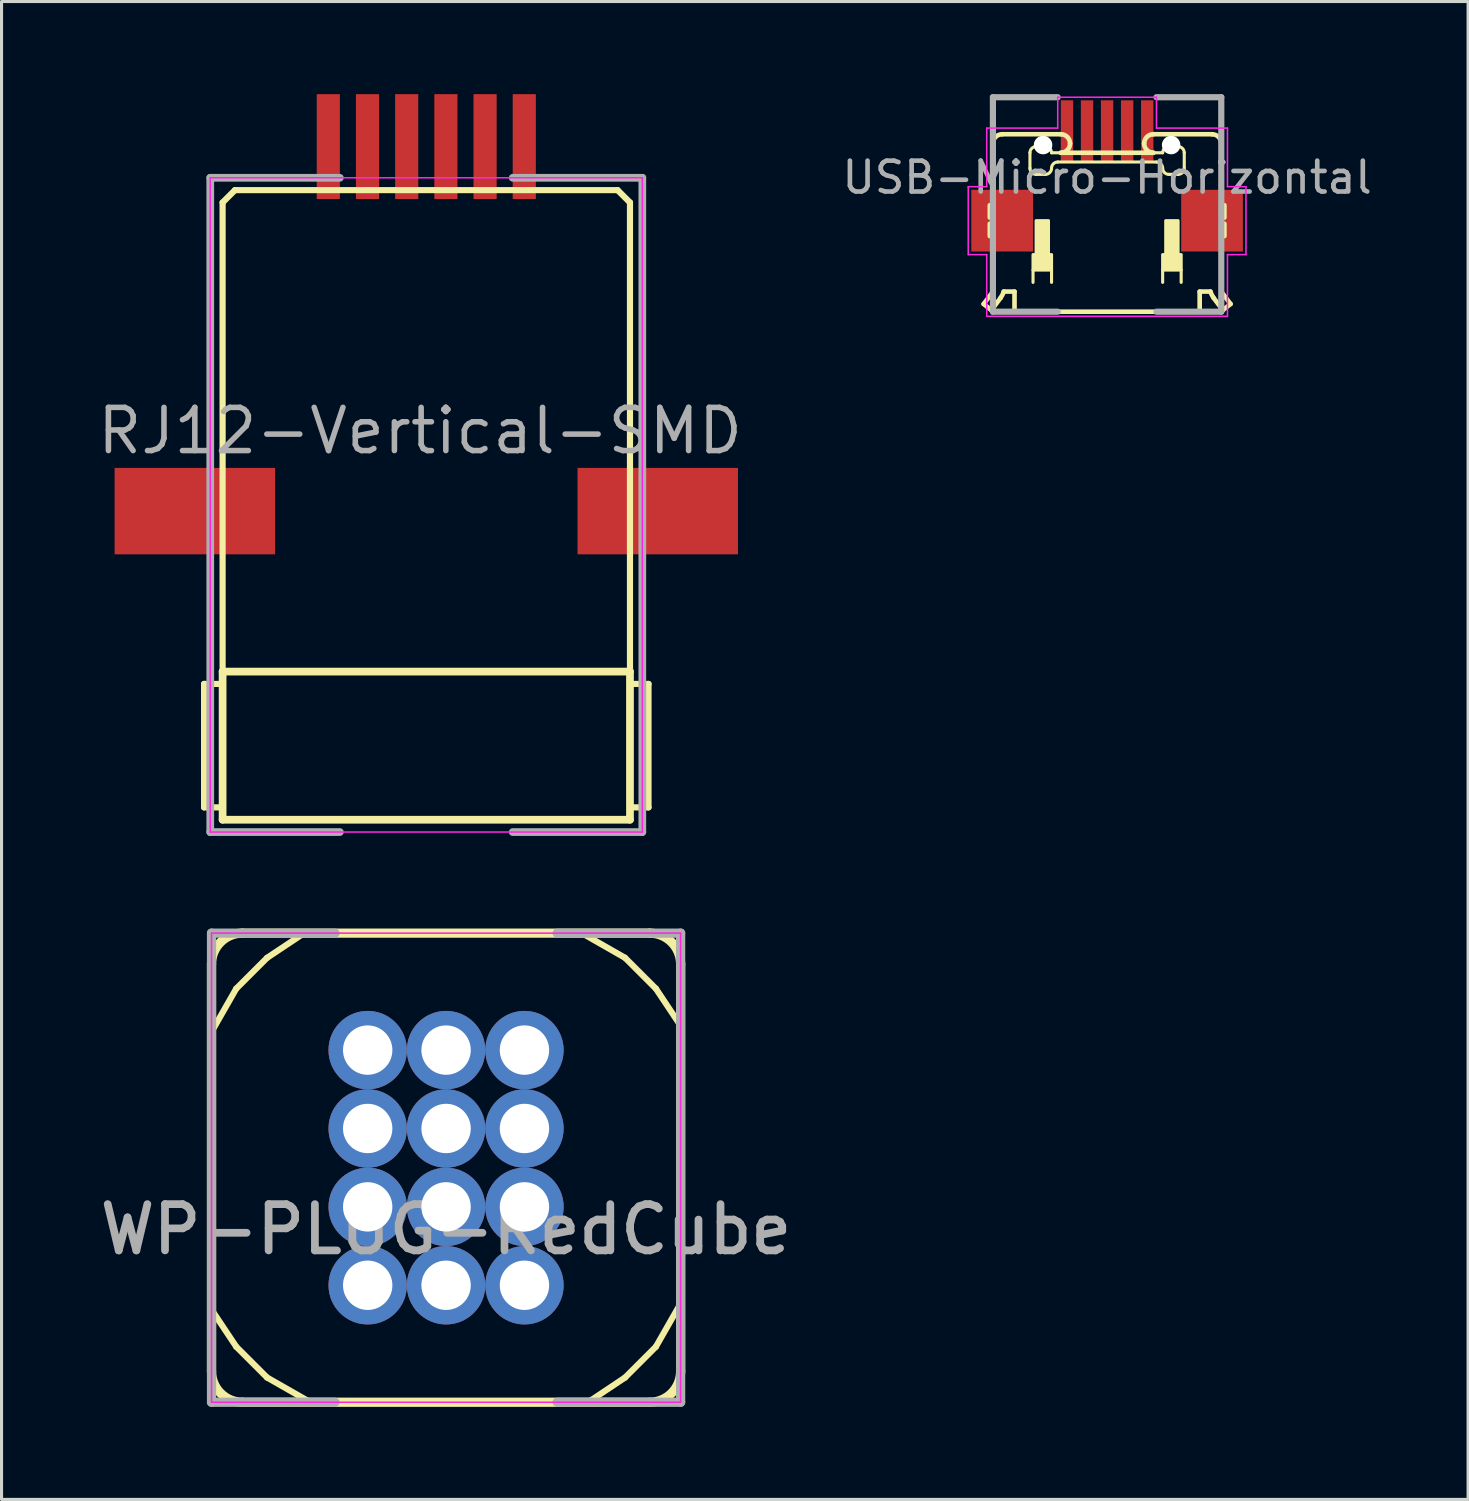
<source format=kicad_pcb>
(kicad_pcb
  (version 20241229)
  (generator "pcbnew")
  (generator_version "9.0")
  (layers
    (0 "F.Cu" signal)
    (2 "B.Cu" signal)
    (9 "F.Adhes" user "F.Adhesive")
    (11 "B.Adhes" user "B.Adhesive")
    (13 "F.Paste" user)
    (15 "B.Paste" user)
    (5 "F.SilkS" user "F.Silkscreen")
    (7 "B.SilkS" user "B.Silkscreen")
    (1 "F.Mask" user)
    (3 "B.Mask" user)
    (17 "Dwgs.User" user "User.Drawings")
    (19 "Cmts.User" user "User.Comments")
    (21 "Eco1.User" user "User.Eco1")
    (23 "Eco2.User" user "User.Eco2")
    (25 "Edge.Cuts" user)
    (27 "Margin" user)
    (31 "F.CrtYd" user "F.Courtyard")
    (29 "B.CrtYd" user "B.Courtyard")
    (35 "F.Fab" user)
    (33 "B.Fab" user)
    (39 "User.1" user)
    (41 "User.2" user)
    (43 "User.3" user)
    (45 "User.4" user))
  (footprint "RJ12-Vertical-SMD"
    (layer "F.Cu")
    (at 10.763 13.511)
    (property "Reference" "RJ12-Vertical-SMD" (at -0.2 -2.6 0) (layer "F.Fab") (effects (font (size 1.4 1.4) (thickness 0.18))))
    (attr exclude_from_pos_files exclude_from_bom)
    (fp_line (start -7.2 5.6) (end -7.2 9.6) (stroke (width 0.2) (type solid)) (layer "F.SilkS"))
    (fp_line (start -7.2 9.6) (end -6.6 9.6) (stroke (width 0.2) (type solid)) (layer "F.SilkS"))
    (fp_line (start -6.6 -10) (end -6.2 -10.4) (stroke (width 0.2) (type solid)) (layer "F.SilkS"))
    (fp_line (start -6.6 5.2) (end -6.6 -10) (stroke (width 0.2) (type solid)) (layer "F.SilkS"))
    (fp_line (start -6.6 5.2) (end -6.6 10) (stroke (width 0.25) (type solid)) (layer "F.SilkS"))
    (fp_line (start -6.6 5.2) (end 6.6 5.2) (stroke (width 0.25) (type solid)) (layer "F.SilkS"))
    (fp_line (start -6.6 5.6) (end -7.2 5.6) (stroke (width 0.2) (type solid)) (layer "F.SilkS"))
    (fp_line (start -6.6 10) (end 6.6 10) (stroke (width 0.25) (type solid)) (layer "F.SilkS"))
    (fp_line (start -6.2 -10.4) (end 6.2 -10.4) (stroke (width 0.2) (type solid)) (layer "F.SilkS"))
    (fp_line (start 6.6 -10) (end 6.2 -10.4) (stroke (width 0.2) (type solid)) (layer "F.SilkS"))
    (fp_line (start 6.6 -10) (end 6.6 5.2) (stroke (width 0.2) (type solid)) (layer "F.SilkS"))
    (fp_line (start 6.6 5.2) (end 6.6 10) (stroke (width 0.25) (type solid)) (layer "F.SilkS"))
    (fp_line (start 6.6 5.6) (end 7.2 5.6) (stroke (width 0.2) (type solid)) (layer "F.SilkS"))
    (fp_line (start 7.2 5.6) (end 7.2 9.6) (stroke (width 0.2) (type solid)) (layer "F.SilkS"))
    (fp_line (start 7.2 9.6) (end 6.6 9.6) (stroke (width 0.2) (type solid)) (layer "F.SilkS"))
    (fp_line (start -7 -10.8) (end 7 -10.8) (stroke (width 0.05) (type solid)) (layer "F.CrtYd"))
    (fp_line (start -7 10.4) (end -7 -10.8) (stroke (width 0.05) (type solid)) (layer "F.CrtYd"))
    (fp_line (start 7 -10.8) (end 7 10.4) (stroke (width 0.05) (type solid)) (layer "F.CrtYd"))
    (fp_line (start 7 10.4) (end -7 10.4) (stroke (width 0.05) (type solid)) (layer "F.CrtYd"))
    (fp_line (start -7 -10.8) (end -7 10.4) (stroke (width 0.25) (type solid)) (layer "F.Fab"))
    (fp_line (start -2.8 -10.8) (end -7 -10.8) (stroke (width 0.25) (type solid)) (layer "F.Fab"))
    (fp_line (start -2.8 10.4) (end -7 10.4) (stroke (width 0.25) (type solid)) (layer "F.Fab"))
    (fp_line (start 7 -10.8) (end 2.8 -10.8) (stroke (width 0.25) (type solid)) (layer "F.Fab"))
    (fp_line (start 7 -10.8) (end 7 10.4) (stroke (width 0.25) (type solid)) (layer "F.Fab"))
    (fp_line (start 7 10.4) (end 2.8 10.4) (stroke (width 0.25) (type solid)) (layer "F.Fab"))
    (pad "1" smd rect (at -3.175 -11.811) (size 0.75 3.4) (layers "F.Cu" "F.Mask" "F.Paste"))
    (pad "2" smd rect (at -1.905 -11.811) (size 0.75 3.4) (layers "F.Cu" "F.Mask" "F.Paste"))
    (pad "3" smd rect (at -0.635 -11.811) (size 0.75 3.4) (layers "F.Cu" "F.Mask" "F.Paste"))
    (pad "4" smd rect (at 0.635 -11.811) (size 0.75 3.4) (layers "F.Cu" "F.Mask" "F.Paste"))
    (pad "5" smd rect (at 1.905 -11.811) (size 0.75 3.4) (layers "F.Cu" "F.Mask" "F.Paste"))
    (pad "6" smd rect (at 3.175 -11.811) (size 0.75 3.4) (layers "F.Cu" "F.Mask" "F.Paste"))
    (pad "7" smd rect (at -7.5 0) (size 5.2 2.8) (layers "F.Cu" "F.Mask" "F.Paste"))
    (pad "7" smd rect (at 7.5 0) (size 5.2 2.8) (layers "F.Cu" "F.Mask" "F.Paste")))
  (footprint "USB-Micro-Horizontal"
    (layer "F.Cu")
    (at 32.823 1.2)
    (property "Reference" "USB-Micro-Horizontal" (at 0 1.5 180) (layer "F.Fab") (effects (font (size 1 1) (thickness 0.15))))
    (attr smd)
    (fp_line (start -4 5.6) (end -3.75 5.8) (stroke (width 0.15) (type solid)) (layer "F.SilkS"))
    (fp_line (start -3.7 0.4) (end -3.7 5.2) (stroke (width 0.15) (type solid)) (layer "F.SilkS"))
    (fp_line (start -3.7 5.2) (end -4 5.6) (stroke (width 0.15) (type solid)) (layer "F.SilkS"))
    (fp_line (start -3.45 5.4) (end -3.75 5.8) (stroke (width 0.15) (type solid)) (layer "F.SilkS"))
    (fp_line (start -3.4 0.1) (end -1.5 0.1) (stroke (width 0.15) (type solid)) (layer "F.SilkS"))
    (fp_line (start -3 5.198) (end -3.349 5.198) (stroke (width 0.15) (type solid)) (layer "F.SilkS"))
    (fp_line (start -3 5.85) (end -3 5.2) (stroke (width 0.15) (type solid)) (layer "F.SilkS"))
    (fp_line (start -2.5 1.2) (end -2.5 0.7) (stroke (width 0.1) (type solid)) (layer "F.SilkS"))
    (fp_line (start -2.4 4.5) (end -2.4 4.9) (stroke (width 0.1) (type solid)) (layer "F.SilkS"))
    (fp_line (start -2 0.5) (end -2.3 0.5) (stroke (width 0.1) (type solid)) (layer "F.SilkS"))
    (fp_line (start -2 1.4) (end -2.3 1.4) (stroke (width 0.1) (type solid)) (layer "F.SilkS"))
    (fp_line (start -1.8 0.7) (end -1.5 0.7) (stroke (width 0.1) (type solid)) (layer "F.SilkS"))
    (fp_line (start -1.8 4.5) (end -1.8 4.9) (stroke (width 0.1) (type solid)) (layer "F.SilkS"))
    (fp_line (start -1.6 1) (end 1.6 1) (stroke (width 0.1) (type solid)) (layer "F.SilkS"))
    (fp_line (start -1.5 0.7) (end 1.5 0.7) (stroke (width 0.15) (type solid)) (layer "F.SilkS"))
    (fp_line (start 1.5 0.1) (end 3.4 0.1) (stroke (width 0.15) (type solid)) (layer "F.SilkS"))
    (fp_line (start 1.5 0.7) (end 1.8 0.7) (stroke (width 0.1) (type solid)) (layer "F.SilkS"))
    (fp_line (start 1.8 4.5) (end 1.8 4.9) (stroke (width 0.1) (type solid)) (layer "F.SilkS"))
    (fp_line (start 2 0.5) (end 2.3 0.5) (stroke (width 0.1) (type solid)) (layer "F.SilkS"))
    (fp_line (start 2 1.4) (end 2.3 1.4) (stroke (width 0.1) (type solid)) (layer "F.SilkS"))
    (fp_line (start 2.4 4.5) (end 2.4 4.9) (stroke (width 0.1) (type solid)) (layer "F.SilkS"))
    (fp_line (start 2.5 0.7) (end 2.5 1.2) (stroke (width 0.1) (type solid)) (layer "F.SilkS"))
    (fp_line (start 3 5.198) (end 3.349 5.198) (stroke (width 0.15) (type solid)) (layer "F.SilkS"))
    (fp_line (start 3 5.85) (end -3 5.85) (stroke (width 0.15) (type solid)) (layer "F.SilkS"))
    (fp_line (start 3 5.85) (end 3 5.2) (stroke (width 0.15) (type solid)) (layer "F.SilkS"))
    (fp_line (start 3.45 5.4) (end 3.75 5.8) (stroke (width 0.15) (type solid)) (layer "F.SilkS"))
    (fp_line (start 3.7 0.4) (end 3.7 5.2) (stroke (width 0.15) (type solid)) (layer "F.SilkS"))
    (fp_line (start 3.7 5.2) (end 4 5.6) (stroke (width 0.15) (type solid)) (layer "F.SilkS"))
    (fp_line (start 4 5.6) (end 3.75 5.8) (stroke (width 0.15) (type solid)) (layer "F.SilkS"))
    (fp_arc (start -3.7 0.4) (mid -3.612132 0.187868) (end -3.4 0.1) (stroke (width 0.15) (type solid)) (layer "F.SilkS"))
    (fp_arc (start -3.349367 5.197932) (mid -3.391241 5.303171) (end -3.45 5.4) (stroke (width 0.15) (type solid)) (layer "F.SilkS"))
    (fp_arc (start -2.5 0.7) (mid -2.441421 0.558579) (end -2.3 0.5) (stroke (width 0.1) (type solid)) (layer "F.SilkS"))
    (fp_arc (start -2.3 1.4) (mid -2.441421 1.341421) (end -2.5 1.2) (stroke (width 0.1) (type solid)) (layer "F.SilkS"))
    (fp_arc (start -2 0.5) (mid -1.858579 0.558579) (end -1.8 0.7) (stroke (width 0.1) (type solid)) (layer "F.SilkS"))
    (fp_arc (start -1.8 1.2) (mid -1.858579 1.341421) (end -2 1.4) (stroke (width 0.1) (type solid)) (layer "F.SilkS"))
    (fp_arc (start -1.8 1.2) (mid -1.741421 1.058579) (end -1.6 1) (stroke (width 0.1) (type solid)) (layer "F.SilkS"))
    (fp_arc (start -1.5 0.1) (mid -1.287868 0.187868) (end -1.2 0.4) (stroke (width 0.15) (type solid)) (layer "F.SilkS"))
    (fp_arc (start -1.2 0.4) (mid -1.287868 0.612132) (end -1.5 0.7) (stroke (width 0.15) (type solid)) (layer "F.SilkS"))
    (fp_arc (start 1.2 0.4) (mid 1.287868 0.187868) (end 1.5 0.1) (stroke (width 0.15) (type solid)) (layer "F.SilkS"))
    (fp_arc (start 1.5 0.7) (mid 1.287868 0.612132) (end 1.2 0.4) (stroke (width 0.15) (type solid)) (layer "F.SilkS"))
    (fp_arc (start 1.6 1) (mid 1.741421 1.058579) (end 1.8 1.2) (stroke (width 0.1) (type solid)) (layer "F.SilkS"))
    (fp_arc (start 1.8 0.7) (mid 1.858579 0.558579) (end 2 0.5) (stroke (width 0.1) (type solid)) (layer "F.SilkS"))
    (fp_arc (start 2 1.4) (mid 1.858579 1.341421) (end 1.8 1.2) (stroke (width 0.1) (type solid)) (layer "F.SilkS"))
    (fp_arc (start 2.3 0.5) (mid 2.441421 0.558579) (end 2.5 0.7) (stroke (width 0.1) (type solid)) (layer "F.SilkS"))
    (fp_arc (start 2.5 1.2) (mid 2.441421 1.341421) (end 2.3 1.4) (stroke (width 0.1) (type solid)) (layer "F.SilkS"))
    (fp_arc (start 3.4 0.1) (mid 3.612132 0.187868) (end 3.7 0.4) (stroke (width 0.15) (type solid)) (layer "F.SilkS"))
    (fp_arc (start 3.45 5.4) (mid 3.391259 5.303207) (end 3.349391 5.19801) (stroke (width 0.15) (type solid)) (layer "F.SilkS"))
    (fp_poly (pts (xy -3.7 2.8) (xy -3.8 2.8) (xy -3.8 2.4) (xy -3.7 2.4)) (stroke (width 0.15) (type solid)) (fill yes) (layer "F.SilkS"))
    (fp_poly (pts (xy -3.7 3.4) (xy -3.8 3.4) (xy -3.8 3) (xy -3.7 3)) (stroke (width 0.15) (type solid)) (fill yes) (layer "F.SilkS"))
    (fp_poly (pts (xy 3.8 2.8) (xy 3.7 2.8) (xy 3.7 2.4) (xy 3.8 2.4)) (stroke (width 0.15) (type solid)) (fill yes) (layer "F.SilkS"))
    (fp_poly (pts (xy 3.8 3.4) (xy 3.7 3.4) (xy 3.7 3) (xy 3.8 3)) (stroke (width 0.15) (type solid)) (fill yes) (layer "F.SilkS"))
    (fp_poly (pts (xy -1.9 4) (xy -1.8 4) (xy -1.8 4.5) (xy -2.4 4.5) (xy -2.4 4) (xy -2.3 4) (xy -2.3 2.9) (xy -1.9 2.9)) (stroke (width 0.1) (type solid)) (fill yes) (layer "F.SilkS"))
    (fp_poly (pts (xy 2.3 4) (xy 2.4 4) (xy 2.4 4.5) (xy 1.8 4.5) (xy 1.8 4) (xy 1.9 4) (xy 1.9 2.9) (xy 2.3 2.9)) (stroke (width 0.1) (type solid)) (fill yes) (layer "F.SilkS"))
    (fp_line (start -4.5 1.8) (end -4.5 4) (stroke (width 0.05) (type solid)) (layer "F.CrtYd"))
    (fp_line (start -3.9 1.8) (end -4.5 1.8) (stroke (width 0.05) (type solid)) (layer "F.CrtYd"))
    (fp_line (start -3.9 1.8) (end -3.9 -0.1) (stroke (width 0.05) (type solid)) (layer "F.CrtYd"))
    (fp_line (start -3.9 4) (end -4.5 4) (stroke (width 0.05) (type solid)) (layer "F.CrtYd"))
    (fp_line (start -3.9 6) (end -3.9 4) (stroke (width 0.05) (type solid)) (layer "F.CrtYd"))
    (fp_line (start -1.6 -1.1) (end -1.6 -0.1) (stroke (width 0.05) (type solid)) (layer "F.CrtYd"))
    (fp_line (start -1.6 -1.1) (end 1.6 -1.1) (stroke (width 0.05) (type solid)) (layer "F.CrtYd"))
    (fp_line (start -1.6 -0.1) (end -3.9 -0.1) (stroke (width 0.05) (type solid)) (layer "F.CrtYd"))
    (fp_line (start 1.6 -1.1) (end 1.6 -0.1) (stroke (width 0.05) (type solid)) (layer "F.CrtYd"))
    (fp_line (start 3.9 -0.1) (end 1.6 -0.1) (stroke (width 0.05) (type solid)) (layer "F.CrtYd"))
    (fp_line (start 3.9 1.8) (end 3.9 -0.1) (stroke (width 0.05) (type solid)) (layer "F.CrtYd"))
    (fp_line (start 3.9 1.8) (end 4.5 1.8) (stroke (width 0.05) (type solid)) (layer "F.CrtYd"))
    (fp_line (start 3.9 4) (end 4.5 4) (stroke (width 0.05) (type solid)) (layer "F.CrtYd"))
    (fp_line (start 3.9 6) (end -3.9 6) (stroke (width 0.05) (type solid)) (layer "F.CrtYd"))
    (fp_line (start 3.9 6) (end 3.9 4) (stroke (width 0.05) (type solid)) (layer "F.CrtYd"))
    (fp_line (start 4.5 4) (end 4.5 1.8) (stroke (width 0.05) (type solid)) (layer "F.CrtYd"))
    (fp_line (start -3.7 -1.1) (end -1.6 -1.1) (stroke (width 0.2) (type solid)) (layer "F.Fab"))
    (fp_line (start -3.7 5.85) (end -3.7 -1.1) (stroke (width 0.2) (type solid)) (layer "F.Fab"))
    (fp_line (start -3.7 5.85) (end -1.6 5.85) (stroke (width 0.2) (type solid)) (layer "F.Fab"))
    (fp_line (start 1.6 -1.1) (end 3.7 -1.1) (stroke (width 0.2) (type solid)) (layer "F.Fab"))
    (fp_line (start 1.6 5.85) (end 3.7 5.85) (stroke (width 0.2) (type solid)) (layer "F.Fab"))
    (fp_line (start 3.7 5.85) (end 3.7 -1.1) (stroke (width 0.2) (type solid)) (layer "F.Fab"))
    (pad "" np_thru_hole circle (at -2.075 0.45 90) (size 0.6 0.6) (drill 0.6) (layers "*.Cu" "*.Mask"))
    (pad "" smd rect (at 0.65 0 90) (size 2 0.4) (layers "F.Cu" "F.Mask" "F.Paste"))
    (pad "" np_thru_hole circle (at 2.075 0.45 90) (size 0.6 0.6) (drill 0.6) (layers "*.Cu" "*.Mask"))
    (pad "0" smd rect (at -3.4 2.9 90) (size 2 2) (layers "F.Cu" "F.Mask" "F.Paste"))
    (pad "0" smd rect (at 3.4 2.9 90) (size 2 2) (layers "F.Cu" "F.Mask" "F.Paste"))
    (pad "1" smd rect (at -1.3 0 90) (size 2 0.4) (layers "F.Cu" "F.Mask" "F.Paste"))
    (pad "2" smd rect (at -0.65 0 90) (size 2 0.4) (layers "F.Cu" "F.Mask" "F.Paste"))
    (pad "3" smd rect (at 0 0 90) (size 2 0.4) (layers "F.Cu" "F.Mask" "F.Paste"))
    (pad "4" smd rect (at 1.3 0 90) (size 2 0.4) (layers "F.Cu" "F.Mask" "F.Paste")))
  (footprint "WP-PLUG-RedCube"
    (layer "F.Cu")
    (at 11.404 34.786)
    (property "Reference" "WP-PLUG-RedCube" (at 0 2 0) (layer "F.Fab") (effects (font (size 1.5 1.5) (thickness 0.25))))
    (attr through_hole)
    (fp_line (start -7.6 -4.4) (end -6.8 -5.8) (stroke (width 0.2) (type solid)) (layer "F.SilkS"))
    (fp_line (start -7.6 6.6) (end -7.6 -6.6) (stroke (width 0.3) (type solid)) (layer "F.SilkS"))
    (fp_line (start -6.8 -5.8) (end -5.8 -6.8) (stroke (width 0.2) (type solid)) (layer "F.SilkS"))
    (fp_line (start -6.8 5.8) (end -7.6 4.6) (stroke (width 0.2) (type solid)) (layer "F.SilkS"))
    (fp_line (start -6.6 -7.6) (end 6.6 -7.6) (stroke (width 0.3) (type solid)) (layer "F.SilkS"))
    (fp_line (start -6.6 7.6) (end 6.6 7.6) (stroke (width 0.3) (type solid)) (layer "F.SilkS"))
    (fp_line (start -5.8 -6.8) (end -4.6 -7.6) (stroke (width 0.2) (type solid)) (layer "F.SilkS"))
    (fp_line (start -5.8 6.8) (end -6.8 5.8) (stroke (width 0.2) (type solid)) (layer "F.SilkS"))
    (fp_line (start -4.4 7.6) (end -5.8 6.8) (stroke (width 0.2) (type solid)) (layer "F.SilkS"))
    (fp_line (start 4.4 -7.6) (end 5.8 -6.8) (stroke (width 0.2) (type solid)) (layer "F.SilkS"))
    (fp_line (start 5.8 -6.8) (end 6.8 -5.8) (stroke (width 0.2) (type solid)) (layer "F.SilkS"))
    (fp_line (start 5.8 6.8) (end 4.6 7.6) (stroke (width 0.2) (type solid)) (layer "F.SilkS"))
    (fp_line (start 6.8 -5.8) (end 7.6 -4.6) (stroke (width 0.2) (type solid)) (layer "F.SilkS"))
    (fp_line (start 6.8 5.8) (end 5.8 6.8) (stroke (width 0.2) (type solid)) (layer "F.SilkS"))
    (fp_line (start 7.6 4.4) (end 6.8 5.8) (stroke (width 0.2) (type solid)) (layer "F.SilkS"))
    (fp_line (start 7.6 6.6) (end 7.6 -6.6) (stroke (width 0.3) (type solid)) (layer "F.SilkS"))
    (fp_arc (start -7.6 -6.6) (mid -7.307107 -7.307107) (end -6.6 -7.6) (stroke (width 0.3) (type solid)) (layer "F.SilkS"))
    (fp_arc (start -6.6 7.6) (mid -7.307107 7.307107) (end -7.6 6.6) (stroke (width 0.3) (type solid)) (layer "F.SilkS"))
    (fp_arc (start 6.6 -7.6) (mid 7.307107 -7.307107) (end 7.6 -6.6) (stroke (width 0.3) (type solid)) (layer "F.SilkS"))
    (fp_arc (start 7.6 6.6) (mid 7.307107 7.307107) (end 6.6 7.6) (stroke (width 0.3) (type solid)) (layer "F.SilkS"))
    (fp_line (start -7.6 7.6) (end -7.6 -7.6) (stroke (width 0.05) (type solid)) (layer "F.CrtYd"))
    (fp_line (start 7.6 -7.6) (end -7.6 -7.6) (stroke (width 0.05) (type solid)) (layer "F.CrtYd"))
    (fp_line (start 7.6 7.6) (end -7.6 7.6) (stroke (width 0.05) (type solid)) (layer "F.CrtYd"))
    (fp_line (start 7.6 7.6) (end 7.6 -7.6) (stroke (width 0.05) (type solid)) (layer "F.CrtYd"))
    (fp_line (start -7.6 7.6) (end -7.6 -7.6) (stroke (width 0.3) (type solid)) (layer "F.Fab"))
    (fp_line (start -3.6 -7.6) (end -7.6 -7.6) (stroke (width 0.3) (type solid)) (layer "F.Fab"))
    (fp_line (start -3.6 7.6) (end -7.6 7.6) (stroke (width 0.3) (type solid)) (layer "F.Fab"))
    (fp_line (start 7.6 -7.6) (end 3.6 -7.6) (stroke (width 0.3) (type solid)) (layer "F.Fab"))
    (fp_line (start 7.6 7.6) (end 3.6 7.6) (stroke (width 0.3) (type solid)) (layer "F.Fab"))
    (fp_line (start 7.6 7.6) (end 7.6 -7.6) (stroke (width 0.3) (type solid)) (layer "F.Fab"))
    (pad "1" thru_hole circle (at -2.54 -3.81 180) (size 2.54 2.54) (drill 1.6) (layers "*.Cu" "*.Mask"))
    (pad "1" thru_hole circle (at -2.54 -1.27 180) (size 2.54 2.54) (drill 1.6) (layers "*.Cu" "*.Mask"))
    (pad "1" thru_hole circle (at -2.54 1.27 180) (size 2.54 2.54) (drill 1.6) (layers "*.Cu" "*.Mask"))
    (pad "1" thru_hole circle (at -2.54 3.81 180) (size 2.54 2.54) (drill 1.6) (layers "*.Cu" "*.Mask"))
    (pad "1" thru_hole circle (at 0 -3.81 180) (size 2.54 2.54) (drill 1.6) (layers "*.Cu" "*.Mask"))
    (pad "1" thru_hole circle (at 0 -1.27 180) (size 2.54 2.54) (drill 1.6) (layers "*.Cu" "*.Mask"))
    (pad "1" thru_hole circle (at 0 1.27 180) (size 2.54 2.54) (drill 1.6) (layers "*.Cu" "*.Mask"))
    (pad "1" thru_hole circle (at 0 3.81 180) (size 2.54 2.54) (drill 1.6) (layers "*.Cu" "*.Mask"))
    (pad "1" thru_hole circle (at 2.54 -3.81 180) (size 2.54 2.54) (drill 1.6) (layers "*.Cu" "*.Mask"))
    (pad "1" thru_hole circle (at 2.54 -1.27 180) (size 2.54 2.54) (drill 1.6) (layers "*.Cu" "*.Mask"))
    (pad "1" thru_hole circle (at 2.54 1.27 180) (size 2.54 2.54) (drill 1.6) (layers "*.Cu" "*.Mask"))
    (pad "1" thru_hole circle (at 2.54 3.81 180) (size 2.54 2.54) (drill 1.6) (layers "*.Cu" "*.Mask")))
  (gr_rect
    (start -3 -3)
    (end 44.52 45.536)
    (stroke (width 0.1) (type default))
    (fill no)
    (layer "Edge.Cuts")))
</source>
